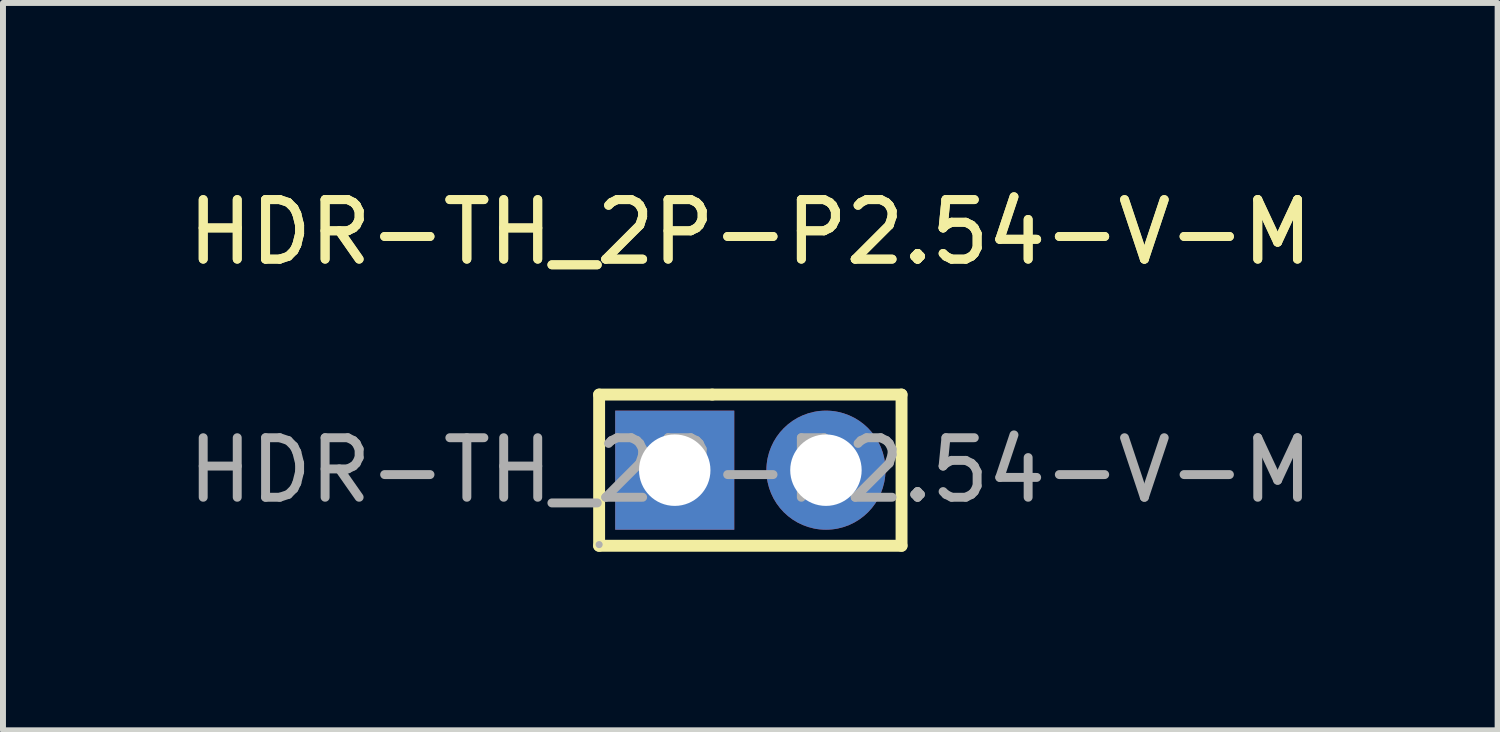
<source format=kicad_pcb>
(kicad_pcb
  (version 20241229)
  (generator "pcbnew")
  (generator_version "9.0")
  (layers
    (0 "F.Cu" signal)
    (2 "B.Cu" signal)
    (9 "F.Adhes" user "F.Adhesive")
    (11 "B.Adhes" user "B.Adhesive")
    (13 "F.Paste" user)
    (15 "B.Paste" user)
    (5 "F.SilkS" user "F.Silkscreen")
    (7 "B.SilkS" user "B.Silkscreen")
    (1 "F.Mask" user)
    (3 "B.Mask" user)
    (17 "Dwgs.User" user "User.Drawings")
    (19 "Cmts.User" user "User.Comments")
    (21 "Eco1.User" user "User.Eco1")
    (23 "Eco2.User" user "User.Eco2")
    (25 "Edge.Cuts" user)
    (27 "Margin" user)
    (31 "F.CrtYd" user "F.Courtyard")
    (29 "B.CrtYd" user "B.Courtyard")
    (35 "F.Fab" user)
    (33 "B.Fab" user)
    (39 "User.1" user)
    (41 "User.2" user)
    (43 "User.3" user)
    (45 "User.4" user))
  (footprint "HDR-TH_2P-P2.54-V-M"
    (layer "F.Cu")
    (at 9.554 4.848)
    (property "Reference" "HDR-TH_2P-P2.54-V-M" (at 0 -4 0) (layer "F.SilkS") (effects (font (size 1 1) (thickness 0.15))))
    (attr through_hole)
    (fp_line (start -2.54 -1.27) (end -0.64 -1.27) (stroke (width 0.2) (type solid)) (layer "F.SilkS"))
    (fp_line (start -2.54 1.27) (end -2.54 -1.27) (stroke (width 0.2) (type solid)) (layer "F.SilkS"))
    (fp_line (start 2.54 -1.27) (end -0.64 -1.27) (stroke (width 0.2) (type solid)) (layer "F.SilkS"))
    (fp_line (start 2.54 -1.27) (end 2.54 1.27) (stroke (width 0.2) (type solid)) (layer "F.SilkS"))
    (fp_line (start 2.54 1.27) (end -2.54 1.27) (stroke (width 0.2) (type solid)) (layer "F.SilkS"))
    (fp_circle (center -2.54 1.25) (end -2.51 1.25) (stroke (width 0.06) (type solid)) (fill no) (layer "F.Fab"))
    (fp_text user "${REFERENCE}" (at 0 -4 0) (layer "F.SilkS") (effects (font (size 1 1) (thickness 0.15))))
    (fp_text user "${REFERENCE}" (at 0 0 0) (layer "F.Fab") (effects (font (size 1 1) (thickness 0.15))))
    (pad "1" thru_hole rect (at -1.27 0) (size 2 2) (drill 1.2) (layers "*.Cu" "*.Mask"))
    (pad "2" thru_hole circle (at 1.27 0) (size 2 2) (drill 1.2) (layers "*.Cu" "*.Mask")))
  (gr_rect
    (start -3 -3)
    (end 22.107 9.218)
    (stroke (width 0.1) (type default))
    (fill no)
    (layer "Edge.Cuts")))
</source>
